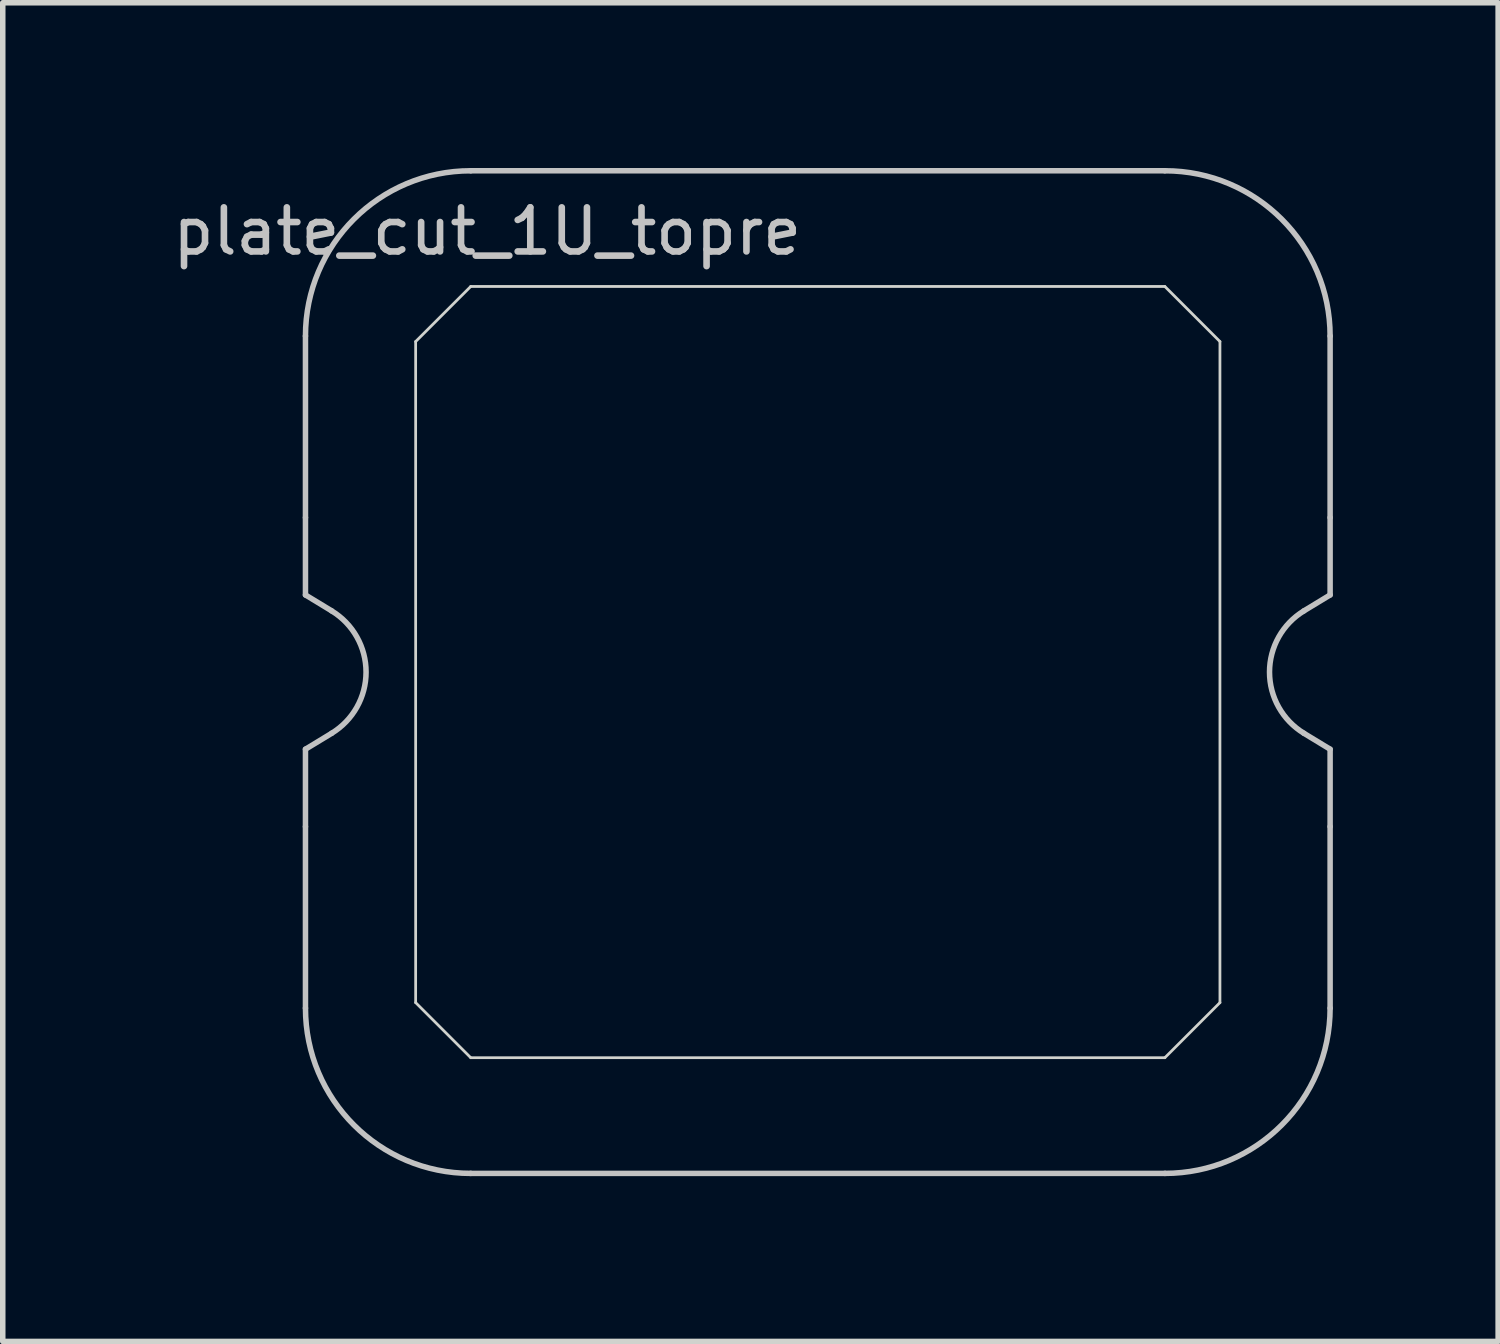
<source format=kicad_pcb>
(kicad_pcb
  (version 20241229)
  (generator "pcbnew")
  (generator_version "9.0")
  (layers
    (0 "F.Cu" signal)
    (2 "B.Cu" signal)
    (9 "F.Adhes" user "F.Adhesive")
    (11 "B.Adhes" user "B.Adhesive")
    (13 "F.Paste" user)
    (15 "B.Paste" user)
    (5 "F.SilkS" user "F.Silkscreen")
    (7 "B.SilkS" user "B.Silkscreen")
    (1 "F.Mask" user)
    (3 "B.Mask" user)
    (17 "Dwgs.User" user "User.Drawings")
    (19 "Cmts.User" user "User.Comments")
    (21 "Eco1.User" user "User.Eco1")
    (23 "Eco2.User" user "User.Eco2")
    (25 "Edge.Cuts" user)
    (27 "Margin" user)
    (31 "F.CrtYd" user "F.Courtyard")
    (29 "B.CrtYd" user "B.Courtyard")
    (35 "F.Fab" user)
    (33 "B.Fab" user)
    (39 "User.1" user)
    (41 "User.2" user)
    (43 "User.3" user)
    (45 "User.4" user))
  (footprint "plate_cut_1U_topre"
    (layer "F.Cu")
    (at 11.795 9.15)
    (property "Reference" "plate_cut_1U_topre" (at -6 -8 0) (layer "Dwgs.User") (effects (font (size 0.8 0.8) (thickness 0.12))))
    (attr smd)
    (fp_line (start -9.3 -2.805) (end -9.3 -6.1) (stroke (width 0.1) (type solid)) (layer "Dwgs.User"))
    (fp_line (start -9.3 -1.4) (end -9.3 -2.805) (stroke (width 0.1) (type solid)) (layer "Dwgs.User"))
    (fp_line (start -9.3 1.4) (end -8.824 1.111) (stroke (width 0.1) (type solid)) (layer "Dwgs.User"))
    (fp_line (start -9.3 2.805) (end -9.3 1.4) (stroke (width 0.1) (type solid)) (layer "Dwgs.User"))
    (fp_line (start -9.3 6.1) (end -9.3 2.805) (stroke (width 0.1) (type solid)) (layer "Dwgs.User"))
    (fp_line (start -8.824 -1.111) (end -9.3 -1.4) (stroke (width 0.1) (type solid)) (layer "Dwgs.User"))
    (fp_line (start -6.3 -9.1) (end 6.3 -9.1) (stroke (width 0.1) (type solid)) (layer "Dwgs.User"))
    (fp_line (start 6.3 9.1) (end -6.3 9.1) (stroke (width 0.1) (type solid)) (layer "Dwgs.User"))
    (fp_line (start 8.824 1.111) (end 9.3 1.4) (stroke (width 0.1) (type solid)) (layer "Dwgs.User"))
    (fp_line (start 9.3 -6.1) (end 9.3 -2.805) (stroke (width 0.1) (type solid)) (layer "Dwgs.User"))
    (fp_line (start 9.3 -2.805) (end 9.3 -1.4) (stroke (width 0.1) (type solid)) (layer "Dwgs.User"))
    (fp_line (start 9.3 -1.4) (end 8.824 -1.111) (stroke (width 0.1) (type solid)) (layer "Dwgs.User"))
    (fp_line (start 9.3 1.4) (end 9.3 2.805) (stroke (width 0.1) (type solid)) (layer "Dwgs.User"))
    (fp_line (start 9.3 2.805) (end 9.3 6.1) (stroke (width 0.1) (type solid)) (layer "Dwgs.User"))
    (fp_arc (start -9.3 -6.1) (mid -8.42132 -8.22132) (end -6.3 -9.1) (stroke (width 0.1) (type solid)) (layer "Dwgs.User"))
    (fp_arc (start -8.824333 -1.110619) (mid -8.2 0) (end -8.824333 1.110619) (stroke (width 0.1) (type solid)) (layer "Dwgs.User"))
    (fp_arc (start -6.3 9.1) (mid -8.42132 8.22132) (end -9.3 6.1) (stroke (width 0.1) (type solid)) (layer "Dwgs.User"))
    (fp_arc (start 6.3 -9.1) (mid 8.42132 -8.22132) (end 9.3 -6.1) (stroke (width 0.1) (type solid)) (layer "Dwgs.User"))
    (fp_arc (start 8.824333 1.110619) (mid 8.2 0) (end 8.824333 -1.110619) (stroke (width 0.1) (type solid)) (layer "Dwgs.User"))
    (fp_arc (start 9.3 6.1) (mid 8.42132 8.22132) (end 6.3 9.1) (stroke (width 0.1) (type solid)) (layer "Dwgs.User"))
    (fp_line (start -7.3 -6) (end -7.3 6) (stroke (width 0.05) (type solid)) (layer "Edge.Cuts"))
    (fp_line (start -7.3 -6) (end -6.3 -7) (stroke (width 0.05) (type default)) (layer "Edge.Cuts"))
    (fp_line (start -6.3 7) (end -7.3 6) (stroke (width 0.05) (type default)) (layer "Edge.Cuts"))
    (fp_line (start -6.3 7) (end 6.3 7) (stroke (width 0.05) (type solid)) (layer "Edge.Cuts"))
    (fp_line (start 6.3 -7) (end -6.3 -7) (stroke (width 0.05) (type solid)) (layer "Edge.Cuts"))
    (fp_line (start 6.3 7) (end 7.3 6) (stroke (width 0.05) (type default)) (layer "Edge.Cuts"))
    (fp_line (start 7.3 -6) (end 6.3 -7) (stroke (width 0.05) (type default)) (layer "Edge.Cuts"))
    (fp_line (start 7.3 6) (end 7.3 -6) (stroke (width 0.05) (type solid)) (layer "Edge.Cuts")))
  (gr_rect
    (start -3 -3)
    (end 24.145 21.3)
    (stroke (width 0.1) (type default))
    (fill no)
    (layer "Edge.Cuts")))
</source>
